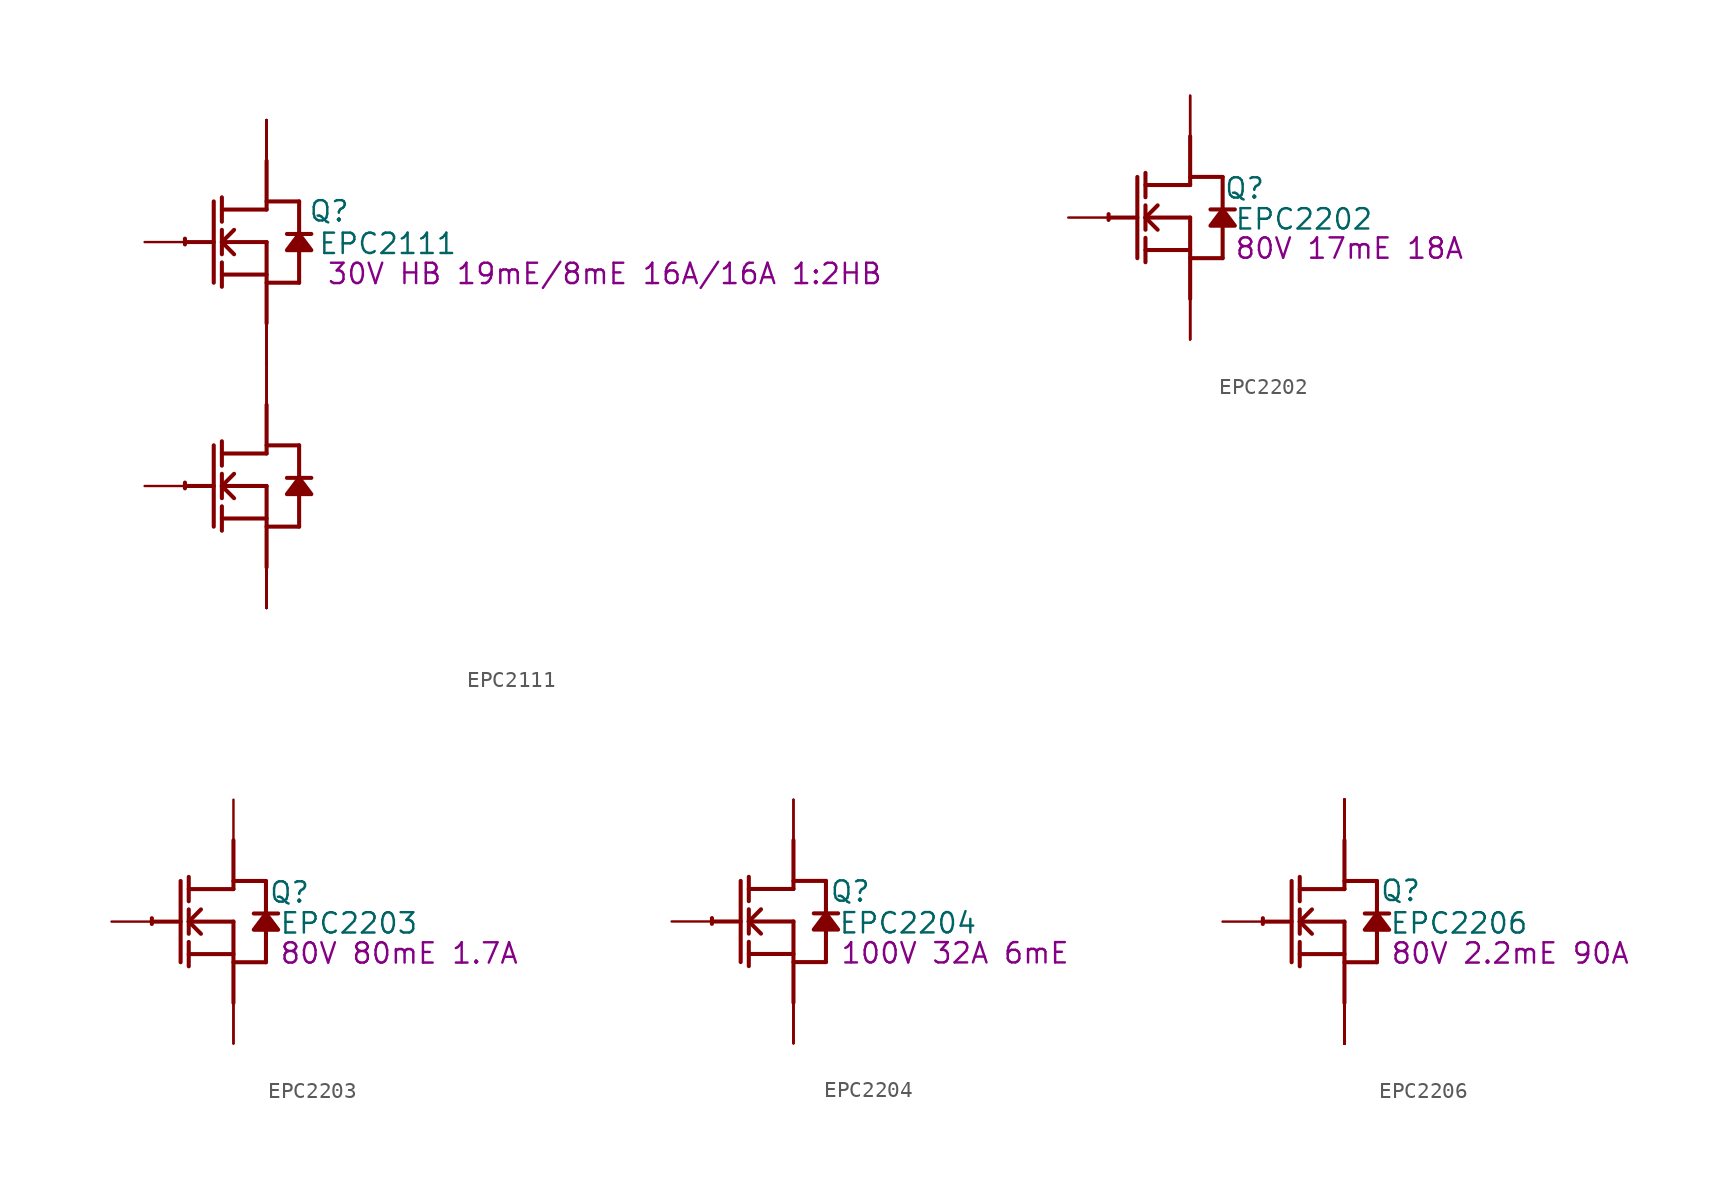
<source format=kicad_sym>
(kicad_symbol_lib
  (version 20241209)
  (generator "kicad_symbol_editor")
  (generator_version "9.0")
  (symbol "EPC2111"
    (property "Reference" "Q"
      (at 3.912 1.93 0)
      (effects (font (size 1.27 1.27))))
    (property "Value" "EPC2111"
      (at 7.569 -0.102 0)
      (effects (font (size 1.27 1.27))))
    (property "Description" "30V HB 19mE/8mE 16A/16A 1:2HB"
      (at 21.133 -1.981 0)
      (effects (font (size 1.27 1.27))))
    (symbol "EPC2111_1_0"
      (polyline (pts (xy -5.08 0) (xy -3.302 0)) (stroke (width 0.254) (type solid)) (fill (type none)))
      (polyline (pts (xy -5.08 -15.24) (xy -3.302 -15.24)) (stroke (width 0.254) (type solid)) (fill (type none)))
      (polyline (pts (xy -3.302 2.54) (xy -3.302 -2.54)) (stroke (width 0.254) (type solid)) (fill (type none)))
      (polyline (pts (xy -3.302 -12.7) (xy -3.302 -17.78)) (stroke (width 0.254) (type solid)) (fill (type none)))
      (polyline (pts (xy -2.794 1.27) (xy -2.794 2.794)) (stroke (width 0.254) (type solid)) (fill (type none)))
      (polyline (pts (xy -2.794 0) (xy -2.032 0.762)) (stroke (width 0.254) (type solid)) (fill (type none)))
      (polyline (pts (xy -2.794 0) (xy 0 0)) (stroke (width 0.254) (type solid)) (fill (type none)))
      (polyline (pts (xy -2.794 -0.762) (xy -2.794 0.762)) (stroke (width 0.254) (type solid)) (fill (type none)))
      (polyline (pts (xy -2.794 -2.032) (xy 0 -2.032)) (stroke (width 0.254) (type solid)) (fill (type none)))
      (polyline (pts (xy -2.794 -2.794) (xy -2.794 -1.27)) (stroke (width 0.254) (type solid)) (fill (type none)))
      (polyline (pts (xy -2.794 -13.97) (xy -2.794 -12.446)) (stroke (width 0.254) (type solid)) (fill (type none)))
      (polyline (pts (xy -2.794 -15.24) (xy -2.032 -14.478)) (stroke (width 0.254) (type solid)) (fill (type none)))
      (polyline (pts (xy -2.794 -15.24) (xy 0 -15.24)) (stroke (width 0.254) (type solid)) (fill (type none)))
      (polyline (pts (xy -2.794 -16.002) (xy -2.794 -14.478)) (stroke (width 0.254) (type solid)) (fill (type none)))
      (polyline (pts (xy -2.794 -17.272) (xy 0 -17.272)) (stroke (width 0.254) (type solid)) (fill (type none)))
      (polyline (pts (xy -2.794 -18.034) (xy -2.794 -16.51)) (stroke (width 0.254) (type solid)) (fill (type none)))
      (polyline (pts (xy -2.032 -0.762) (xy -2.794 0)) (stroke (width 0.254) (type solid)) (fill (type none)))
      (polyline (pts (xy -2.032 -16.002) (xy -2.794 -15.24)) (stroke (width 0.254) (type solid)) (fill (type none)))
      (polyline (pts (xy 0 2.54) (xy 2.032 2.54)) (stroke (width 0.254) (type solid)) (fill (type none)))
      (polyline (pts (xy 0 2.032) (xy -2.794 2.032)) (stroke (width 0.254) (type solid)) (fill (type none)))
      (polyline (pts (xy 0 2.032) (xy 0 5.08)) (stroke (width 0.254) (type solid)) (fill (type none)))
      (polyline (pts (xy 0 0) (xy 0 -5.08)) (stroke (width 0.254) (type solid)) (fill (type none)))
      (polyline (pts (xy 0 -2.54) (xy 2.032 -2.54)) (stroke (width 0.254) (type solid)) (fill (type none)))
      (polyline (pts (xy 0 -12.7) (xy 2.032 -12.7)) (stroke (width 0.254) (type solid)) (fill (type none)))
      (polyline (pts (xy 0 -13.208) (xy -2.794 -13.208)) (stroke (width 0.254) (type solid)) (fill (type none)))
      (polyline (pts (xy 0 -13.208) (xy 0 -10.16)) (stroke (width 0.254) (type solid)) (fill (type none)))
      (polyline (pts (xy 0 -15.24) (xy 0 -20.32)) (stroke (width 0.254) (type solid)) (fill (type none)))
      (polyline (pts (xy 0 -17.78) (xy 2.032 -17.78)) (stroke (width 0.254) (type solid)) (fill (type none)))
      (arc (start -5.1019 -0.1467) (mid -5.1039 0.0331) (end -5.0996 0.2128) (stroke (width 0.254) (type solid)) (fill (type none)))
      (arc (start -5.1019 -15.3867) (mid -5.1039 -15.2069) (end -5.0996 -15.0272) (stroke (width 0.254) (type solid)) (fill (type none)))
      (polyline (pts (xy 2.032 2.54) (xy 2.032 0.508)) (stroke (width 0.254) (type solid)) (fill (type none)))
      (polyline (pts (xy 2.032 0.508) (xy 1.27 -0.508) (xy 2.794 -0.508) (xy 2.032 0.508)) (stroke (width 0.254) (type solid)) (fill (type outline)))
      (polyline (pts (xy 2.032 -0.508) (xy 2.032 -2.54)) (stroke (width 0.254) (type solid)) (fill (type none)))
      (polyline (pts (xy 2.032 -12.7) (xy 2.032 -14.732)) (stroke (width 0.254) (type solid)) (fill (type none)))
      (polyline (pts (xy 2.032 -14.732) (xy 1.27 -15.748) (xy 2.794 -15.748) (xy 2.032 -14.732)) (stroke (width 0.254) (type solid)) (fill (type outline)))
      (polyline (pts (xy 2.032 -15.748) (xy 2.032 -17.78)) (stroke (width 0.254) (type solid)) (fill (type none)))
      (polyline (pts (xy 2.794 0.508) (xy 1.27 0.508)) (stroke (width 0.254) (type solid)) (fill (type none)))
      (polyline (pts (xy 2.794 -14.732) (xy 1.27 -14.732)) (stroke (width 0.254) (type solid)) (fill (type none)))
      (pin power_in line (at -7.62 0 0) (length 2.54) (name "G1" (effects (font (size 0 0)))) (number "1" (effects (font (size 0 0)))))
      (pin passive line (at -7.62 -15.24 0) (length 2.54) (name "G2" (effects (font (size 0 0)))) (number "3" (effects (font (size 0 0)))))
      (pin power_in line (at 0 7.62 270) (length 2.54) (name "VIN3" (effects (font (size 0 0)))) (number "10" (effects (font (size 0 0)))))
      (pin power_in line (at 0 7.62 270) (length 2.54) (name "VIN4" (effects (font (size 0 0)))) (number "13" (effects (font (size 0 0)))))
      (pin power_in line (at 0 7.62 270) (length 2.54) (name "VIN5" (effects (font (size 0 0)))) (number "16" (effects (font (size 0 0)))))
      (pin power_in line (at 0 7.62 270) (length 2.54) (name "VIN6" (effects (font (size 0 0)))) (number "19" (effects (font (size 0 0)))))
      (pin power_in line (at 0 7.62 270) (length 2.54) (name "VIN1" (effects (font (size 0 0)))) (number "4" (effects (font (size 0 0)))))
      (pin power_in line (at 0 7.62 270) (length 2.54) (name "VIN2" (effects (font (size 0 0)))) (number "7" (effects (font (size 0 0)))))
      (pin power_in line (at 0 -7.62 90) (length 2.54) (name "VSW4" (effects (font (size 0 0)))) (number "11" (effects (font (size 0 0)))))
      (pin power_in line (at 0 -7.62 90) (length 2.54) (name "VSW5" (effects (font (size 0 0)))) (number "14" (effects (font (size 0 0)))))
      (pin power_in line (at 0 -7.62 90) (length 2.54) (name "VSW6" (effects (font (size 0 0)))) (number "17" (effects (font (size 0 0)))))
      (pin power_in line (at 0 -7.62 270) (length 2.54) (name "VSW1" (effects (font (size 0 0)))) (number "2" (effects (font (size 0 0)))))
      (pin power_in line (at 0 -7.62 90) (length 2.54) (name "VSW7" (effects (font (size 0 0)))) (number "20" (effects (font (size 0 0)))))
      (pin power_in line (at 0 -7.62 270) (length 2.54) (name "VSW2" (effects (font (size 0 0)))) (number "5" (effects (font (size 0 0)))))
      (pin power_in line (at 0 -7.62 270) (length 2.54) (name "VSW3" (effects (font (size 0 0)))) (number "8" (effects (font (size 0 0)))))
      (pin power_in line (at 0 -22.86 90) (length 2.54) (name "GND3" (effects (font (size 0 0)))) (number "12" (effects (font (size 0 0)))))
      (pin power_in line (at 0 -22.86 90) (length 2.54) (name "GND4" (effects (font (size 0 0)))) (number "15" (effects (font (size 0 0)))))
      (pin power_in line (at 0 -22.86 90) (length 2.54) (name "GND5" (effects (font (size 0 0)))) (number "18" (effects (font (size 0 0)))))
      (pin power_in line (at 0 -22.86 90) (length 2.54) (name "GND6" (effects (font (size 0 0)))) (number "21" (effects (font (size 0 0)))))
      (pin power_in line (at 0 -22.86 90) (length 2.54) (name "GND1" (effects (font (size 0 0)))) (number "6" (effects (font (size 0 0)))))
      (pin power_in line (at 0 -22.86 90) (length 2.54) (name "GND2" (effects (font (size 0 0)))) (number "9" (effects (font (size 0 0)))))))
  (symbol "EPC2202"
    (property "Reference" "Q"
      (at 3.404 1.829 0)
      (effects (font (size 1.27 1.27))))
    (property "Value" "EPC2202"
      (at 7.112 -0.102 0)
      (effects (font (size 1.27 1.27))))
    (property "Description" "80V 17mE 18A"
      (at 9.957 -1.93 0)
      (effects (font (size 1.27 1.27))))
    (symbol "EPC2202_1_0"
      (polyline (pts (xy -5.08 0) (xy -3.302 0)) (stroke (width 0.254) (type solid)) (fill (type none)))
      (polyline (pts (xy -3.302 2.54) (xy -3.302 -2.54)) (stroke (width 0.254) (type solid)) (fill (type none)))
      (polyline (pts (xy -2.794 1.27) (xy -2.794 2.794)) (stroke (width 0.254) (type solid)) (fill (type none)))
      (polyline (pts (xy -2.794 0) (xy -2.032 0.762)) (stroke (width 0.254) (type solid)) (fill (type none)))
      (polyline (pts (xy -2.794 0) (xy 0 0)) (stroke (width 0.254) (type solid)) (fill (type none)))
      (polyline (pts (xy -2.794 -0.762) (xy -2.794 0.762)) (stroke (width 0.254) (type solid)) (fill (type none)))
      (polyline (pts (xy -2.794 -2.032) (xy 0 -2.032)) (stroke (width 0.254) (type solid)) (fill (type none)))
      (polyline (pts (xy -2.794 -2.794) (xy -2.794 -1.27)) (stroke (width 0.254) (type solid)) (fill (type none)))
      (polyline (pts (xy -2.032 -0.762) (xy -2.794 0)) (stroke (width 0.254) (type solid)) (fill (type none)))
      (polyline (pts (xy 0 2.54) (xy 2.032 2.54)) (stroke (width 0.254) (type solid)) (fill (type none)))
      (polyline (pts (xy 0 2.032) (xy -2.794 2.032)) (stroke (width 0.254) (type solid)) (fill (type none)))
      (polyline (pts (xy 0 2.032) (xy 0 5.08)) (stroke (width 0.254) (type solid)) (fill (type none)))
      (polyline (pts (xy 0 0) (xy 0 -5.08)) (stroke (width 0.254) (type solid)) (fill (type none)))
      (polyline (pts (xy 0 -2.54) (xy 2.032 -2.54)) (stroke (width 0.254) (type solid)) (fill (type none)))
      (arc (start -5.1019 -0.1467) (mid -5.1039 0.0331) (end -5.0996 0.2128) (stroke (width 0.254) (type solid)) (fill (type none)))
      (polyline (pts (xy 2.032 2.54) (xy 2.032 0.508)) (stroke (width 0.254) (type solid)) (fill (type none)))
      (polyline (pts (xy 2.032 0.508) (xy 1.27 -0.508) (xy 2.794 -0.508) (xy 2.032 0.508)) (stroke (width 0.254) (type solid)) (fill (type outline)))
      (polyline (pts (xy 2.032 -0.508) (xy 2.032 -2.54)) (stroke (width 0.254) (type solid)) (fill (type none)))
      (polyline (pts (xy 2.794 0.508) (xy 1.27 0.508)) (stroke (width 0.254) (type solid)) (fill (type none)))
      (pin passive line (at -7.62 0 0) (length 2.54) (name "G" (effects (font (size 0 0)))) (number "1" (effects (font (size 0 0)))))
      (pin open_collector line (at 0 7.62 270) (length 2.54) (name "D1" (effects (font (size 0 0)))) (number "3" (effects (font (size 0 0)))))
      (pin open_collector line (at 0 7.62 270) (length 2.54) (name "D2" (effects (font (size 0 0)))) (number "5" (effects (font (size 0 0)))))
      (pin open_emitter line (at 0 -7.62 90) (length 2.54) (name "Sub" (effects (font (size 0 0)))) (number "2" (effects (font (size 0 0)))))
      (pin open_emitter line (at 0 -7.62 90) (length 2.54) (name "SP1" (effects (font (size 0 0)))) (number "4" (effects (font (size 0 0)))))
      (pin open_emitter line (at 0 -7.62 90) (length 2.54) (name "SP2" (effects (font (size 0 0)))) (number "6" (effects (font (size 0 0)))))))
  (symbol "EPC2203"
    (property "Reference" "Q"
      (at 3.505 1.829 0)
      (effects (font (size 1.27 1.27))))
    (property "Value" "EPC2203"
      (at 7.214 -0.102 0)
      (effects (font (size 1.27 1.27))))
    (property "Description" "80V 80mE 1.7A"
      (at 10.363 -1.981 0)
      (effects (font (size 1.27 1.27))))
    (symbol "EPC2203_1_0"
      (polyline (pts (xy -5.08 0) (xy -3.302 0)) (stroke (width 0.254) (type solid)) (fill (type none)))
      (polyline (pts (xy -3.302 2.54) (xy -3.302 -2.54)) (stroke (width 0.254) (type solid)) (fill (type none)))
      (polyline (pts (xy -2.794 1.27) (xy -2.794 2.794)) (stroke (width 0.254) (type solid)) (fill (type none)))
      (polyline (pts (xy -2.794 0) (xy -2.032 0.762)) (stroke (width 0.254) (type solid)) (fill (type none)))
      (polyline (pts (xy -2.794 0) (xy 0 0)) (stroke (width 0.254) (type solid)) (fill (type none)))
      (polyline (pts (xy -2.794 -0.762) (xy -2.794 0.762)) (stroke (width 0.254) (type solid)) (fill (type none)))
      (polyline (pts (xy -2.794 -2.032) (xy 0 -2.032)) (stroke (width 0.254) (type solid)) (fill (type none)))
      (polyline (pts (xy -2.794 -2.794) (xy -2.794 -1.27)) (stroke (width 0.254) (type solid)) (fill (type none)))
      (polyline (pts (xy -2.032 -0.762) (xy -2.794 0)) (stroke (width 0.254) (type solid)) (fill (type none)))
      (polyline (pts (xy 0 2.54) (xy 2.032 2.54)) (stroke (width 0.254) (type solid)) (fill (type none)))
      (polyline (pts (xy 0 2.032) (xy -2.794 2.032)) (stroke (width 0.254) (type solid)) (fill (type none)))
      (polyline (pts (xy 0 2.032) (xy 0 5.08)) (stroke (width 0.254) (type solid)) (fill (type none)))
      (polyline (pts (xy 0 0) (xy 0 -5.08)) (stroke (width 0.254) (type solid)) (fill (type none)))
      (polyline (pts (xy 0 -2.54) (xy 2.032 -2.54)) (stroke (width 0.254) (type solid)) (fill (type none)))
      (arc (start -5.1019 -0.1467) (mid -5.1039 0.0331) (end -5.0996 0.2128) (stroke (width 0.254) (type solid)) (fill (type none)))
      (polyline (pts (xy 2.032 2.54) (xy 2.032 0.508)) (stroke (width 0.254) (type solid)) (fill (type none)))
      (polyline (pts (xy 2.032 0.508) (xy 1.27 -0.508) (xy 2.794 -0.508) (xy 2.032 0.508)) (stroke (width 0.254) (type solid)) (fill (type outline)))
      (polyline (pts (xy 2.032 -0.508) (xy 2.032 -2.54)) (stroke (width 0.254) (type solid)) (fill (type none)))
      (polyline (pts (xy 2.794 0.508) (xy 1.27 0.508)) (stroke (width 0.254) (type solid)) (fill (type none)))
      (pin passive line (at -7.62 0 0) (length 2.54) (name "G" (effects (font (size 0 0)))) (number "1" (effects (font (size 0 0)))))
      (pin open_collector line (at 0 7.62 270) (length 2.54) (name "D1" (effects (font (size 0 0)))) (number "3" (effects (font (size 0 0)))))
      (pin open_emitter line (at 0 -7.62 90) (length 2.54) (name "S1" (effects (font (size 0 0)))) (number "2" (effects (font (size 0 0)))))
      (pin open_emitter line (at 0 -7.62 90) (length 2.54) (name "S2" (effects (font (size 0 0)))) (number "4" (effects (font (size 0 0)))))))
  (symbol "EPC2204"
    (property "Reference" "Q"
      (at 3.556 1.88 0)
      (effects (font (size 1.27 1.27))))
    (property "Value" "EPC2204"
      (at 7.163 -0.102 0)
      (effects (font (size 1.27 1.27))))
    (property "Description" "100V 32A 6mE"
      (at 10.109 -1.981 0)
      (effects (font (size 1.27 1.27))))
    (symbol "EPC2204_1_0"
      (polyline (pts (xy -5.08 0) (xy -3.302 0)) (stroke (width 0.254) (type solid)) (fill (type none)))
      (polyline (pts (xy -3.302 2.54) (xy -3.302 -2.54)) (stroke (width 0.254) (type solid)) (fill (type none)))
      (polyline (pts (xy -2.794 1.27) (xy -2.794 2.794)) (stroke (width 0.254) (type solid)) (fill (type none)))
      (polyline (pts (xy -2.794 0) (xy -2.032 0.762)) (stroke (width 0.254) (type solid)) (fill (type none)))
      (polyline (pts (xy -2.794 0) (xy 0 0)) (stroke (width 0.254) (type solid)) (fill (type none)))
      (polyline (pts (xy -2.794 -0.762) (xy -2.794 0.762)) (stroke (width 0.254) (type solid)) (fill (type none)))
      (polyline (pts (xy -2.794 -2.032) (xy 0 -2.032)) (stroke (width 0.254) (type solid)) (fill (type none)))
      (polyline (pts (xy -2.794 -2.794) (xy -2.794 -1.27)) (stroke (width 0.254) (type solid)) (fill (type none)))
      (polyline (pts (xy -2.032 -0.762) (xy -2.794 0)) (stroke (width 0.254) (type solid)) (fill (type none)))
      (polyline (pts (xy 0 2.54) (xy 2.032 2.54)) (stroke (width 0.254) (type solid)) (fill (type none)))
      (polyline (pts (xy 0 2.032) (xy -2.794 2.032)) (stroke (width 0.254) (type solid)) (fill (type none)))
      (polyline (pts (xy 0 2.032) (xy 0 5.08)) (stroke (width 0.254) (type solid)) (fill (type none)))
      (polyline (pts (xy 0 0) (xy 0 -5.08)) (stroke (width 0.254) (type solid)) (fill (type none)))
      (polyline (pts (xy 0 -2.54) (xy 2.032 -2.54)) (stroke (width 0.254) (type solid)) (fill (type none)))
      (arc (start -5.1019 -0.1467) (mid -5.1039 0.0331) (end -5.0996 0.2128) (stroke (width 0.254) (type solid)) (fill (type none)))
      (polyline (pts (xy 2.032 2.54) (xy 2.032 0.508)) (stroke (width 0.254) (type solid)) (fill (type none)))
      (polyline (pts (xy 2.032 0.508) (xy 1.27 -0.508) (xy 2.794 -0.508) (xy 2.032 0.508)) (stroke (width 0.254) (type solid)) (fill (type outline)))
      (polyline (pts (xy 2.032 -0.508) (xy 2.032 -2.54)) (stroke (width 0.254) (type solid)) (fill (type none)))
      (polyline (pts (xy 2.794 0.508) (xy 1.27 0.508)) (stroke (width 0.254) (type solid)) (fill (type none)))
      (pin passive line (at -7.62 0 0) (length 2.54) (name "G" (effects (font (size 0 0)))) (number "1" (effects (font (size 0 0)))))
      (pin open_collector line (at 0 7.62 270) (length 2.54) (name "D" (effects (font (size 0 0)))) (number "3" (effects (font (size 0 0)))))
      (pin open_collector line (at 0 7.62 270) (length 2.54) (name "D" (effects (font (size 0 0)))) (number "5" (effects (font (size 0 0)))))
      (pin open_emitter line (at 0 -7.62 90) (length 2.54) (name "S" (effects (font (size 0 0)))) (number "2" (effects (font (size 0 0)))))
      (pin open_emitter line (at 0 -7.62 90) (length 2.54) (name "S" (effects (font (size 0 0)))) (number "4" (effects (font (size 0 0)))))
      (pin open_emitter line (at 0 -7.62 90) (length 2.54) (name "S" (effects (font (size 0 0)))) (number "6" (effects (font (size 0 0)))))))
  (symbol "EPC2206"
    (property "Reference" "Q"
      (at 3.505 1.93 0)
      (effects (font (size 1.27 1.27))))
    (property "Value" "EPC2206"
      (at 7.163 -0.102 0)
      (effects (font (size 1.27 1.27))))
    (property "Description" "80V 2.2mE 90A"
      (at 10.363 -1.981 0)
      (effects (font (size 1.27 1.27))))
    (symbol "EPC2206_1_0"
      (polyline (pts (xy -5.08 0) (xy -3.302 0)) (stroke (width 0.254) (type solid)) (fill (type none)))
      (polyline (pts (xy -3.302 2.54) (xy -3.302 -2.54)) (stroke (width 0.254) (type solid)) (fill (type none)))
      (polyline (pts (xy -2.794 1.27) (xy -2.794 2.794)) (stroke (width 0.254) (type solid)) (fill (type none)))
      (polyline (pts (xy -2.794 0) (xy -2.032 0.762)) (stroke (width 0.254) (type solid)) (fill (type none)))
      (polyline (pts (xy -2.794 0) (xy 0 0)) (stroke (width 0.254) (type solid)) (fill (type none)))
      (polyline (pts (xy -2.794 -0.762) (xy -2.794 0.762)) (stroke (width 0.254) (type solid)) (fill (type none)))
      (polyline (pts (xy -2.794 -2.032) (xy 0 -2.032)) (stroke (width 0.254) (type solid)) (fill (type none)))
      (polyline (pts (xy -2.794 -2.794) (xy -2.794 -1.27)) (stroke (width 0.254) (type solid)) (fill (type none)))
      (polyline (pts (xy -2.032 -0.762) (xy -2.794 0)) (stroke (width 0.254) (type solid)) (fill (type none)))
      (polyline (pts (xy 0 2.54) (xy 2.032 2.54)) (stroke (width 0.254) (type solid)) (fill (type none)))
      (polyline (pts (xy 0 2.032) (xy -2.794 2.032)) (stroke (width 0.254) (type solid)) (fill (type none)))
      (polyline (pts (xy 0 2.032) (xy 0 5.08)) (stroke (width 0.254) (type solid)) (fill (type none)))
      (polyline (pts (xy 0 0) (xy 0 -5.08)) (stroke (width 0.254) (type solid)) (fill (type none)))
      (polyline (pts (xy 0 -2.54) (xy 2.032 -2.54)) (stroke (width 0.254) (type solid)) (fill (type none)))
      (arc (start -5.1019 -0.1467) (mid -5.1039 0.0331) (end -5.0996 0.2128) (stroke (width 0.254) (type solid)) (fill (type none)))
      (polyline (pts (xy 2.032 2.54) (xy 2.032 0.508)) (stroke (width 0.254) (type solid)) (fill (type none)))
      (polyline (pts (xy 2.032 0.508) (xy 1.27 -0.508) (xy 2.794 -0.508) (xy 2.032 0.508)) (stroke (width 0.254) (type solid)) (fill (type outline)))
      (polyline (pts (xy 2.032 -0.508) (xy 2.032 -2.54)) (stroke (width 0.254) (type solid)) (fill (type none)))
      (polyline (pts (xy 2.794 0.508) (xy 1.27 0.508)) (stroke (width 0.254) (type solid)) (fill (type none)))
      (pin passive line (at -7.62 0 0) (length 2.54) (name "G" (effects (font (size 0 0)))) (number "1" (effects (font (size 0 0)))))
      (pin open_collector line (at 0 7.62 270) (length 2.54) (name "D5" (effects (font (size 0 0)))) (number "11" (effects (font (size 0 0)))))
      (pin open_collector line (at 0 7.62 270) (length 2.54) (name "D6" (effects (font (size 0 0)))) (number "12" (effects (font (size 0 0)))))
      (pin open_collector line (at 0 7.62 270) (length 2.54) (name "D7" (effects (font (size 0 0)))) (number "15" (effects (font (size 0 0)))))
      (pin open_collector line (at 0 7.62 270) (length 2.54) (name "D8" (effects (font (size 0 0)))) (number "16" (effects (font (size 0 0)))))
      (pin open_collector line (at 0 7.62 270) (length 2.54) (name "D9" (effects (font (size 0 0)))) (number "19" (effects (font (size 0 0)))))
      (pin open_collector line (at 0 7.62 270) (length 2.54) (name "D10" (effects (font (size 0 0)))) (number "20" (effects (font (size 0 0)))))
      (pin open_collector line (at 0 7.62 270) (length 2.54) (name "D11" (effects (font (size 0 0)))) (number "23" (effects (font (size 0 0)))))
      (pin open_collector line (at 0 7.62 270) (length 2.54) (name "D12" (effects (font (size 0 0)))) (number "24" (effects (font (size 0 0)))))
      (pin open_collector line (at 0 7.62 270) (length 2.54) (name "D13" (effects (font (size 0 0)))) (number "27" (effects (font (size 0 0)))))
      (pin open_collector line (at 0 7.62 270) (length 2.54) (name "D14" (effects (font (size 0 0)))) (number "28" (effects (font (size 0 0)))))
      (pin open_collector line (at 0 7.62 270) (length 2.54) (name "D1" (effects (font (size 0 0)))) (number "3" (effects (font (size 0 0)))))
      (pin open_collector line (at 0 7.62 270) (length 2.54) (name "D2" (effects (font (size 0 0)))) (number "4" (effects (font (size 0 0)))))
      (pin open_collector line (at 0 7.62 270) (length 2.54) (name "D3" (effects (font (size 0 0)))) (number "7" (effects (font (size 0 0)))))
      (pin open_collector line (at 0 7.62 270) (length 2.54) (name "D4" (effects (font (size 0 0)))) (number "8" (effects (font (size 0 0)))))
      (pin open_emitter line (at 0 -7.62 90) (length 2.54) (name "S5" (effects (font (size 0 0)))) (number "10" (effects (font (size 0 0)))))
      (pin open_emitter line (at 0 -7.62 90) (length 2.54) (name "S6" (effects (font (size 0 0)))) (number "13" (effects (font (size 0 0)))))
      (pin open_emitter line (at 0 -7.62 90) (length 2.54) (name "S7" (effects (font (size 0 0)))) (number "14" (effects (font (size 0 0)))))
      (pin open_emitter line (at 0 -7.62 90) (length 2.54) (name "S8" (effects (font (size 0 0)))) (number "17" (effects (font (size 0 0)))))
      (pin open_emitter line (at 0 -7.62 90) (length 2.54) (name "S9" (effects (font (size 0 0)))) (number "18" (effects (font (size 0 0)))))
      (pin open_emitter line (at 0 -7.62 90) (length 2.54) (name "S1" (effects (font (size 0 0)))) (number "2" (effects (font (size 0 0)))))
      (pin open_emitter line (at 0 -7.62 90) (length 2.54) (name "S10" (effects (font (size 0 0)))) (number "21" (effects (font (size 0 0)))))
      (pin open_emitter line (at 0 -7.62 90) (length 2.54) (name "S11" (effects (font (size 0 0)))) (number "22" (effects (font (size 0 0)))))
      (pin open_emitter line (at 0 -7.62 90) (length 2.54) (name "S12" (effects (font (size 0 0)))) (number "25" (effects (font (size 0 0)))))
      (pin open_emitter line (at 0 -7.62 90) (length 2.54) (name "S13" (effects (font (size 0 0)))) (number "26" (effects (font (size 0 0)))))
      (pin open_emitter line (at 0 -7.62 90) (length 2.54) (name "S14" (effects (font (size 0 0)))) (number "29" (effects (font (size 0 0)))))
      (pin open_emitter line (at 0 -7.62 90) (length 2.54) (name "Sub" (effects (font (size 0 0)))) (number "30" (effects (font (size 0 0)))))
      (pin open_emitter line (at 0 -7.62 90) (length 2.54) (name "S2" (effects (font (size 0 0)))) (number "5" (effects (font (size 0 0)))))
      (pin open_emitter line (at 0 -7.62 90) (length 2.54) (name "S3" (effects (font (size 0 0)))) (number "6" (effects (font (size 0 0)))))
      (pin open_emitter line (at 0 -7.62 90) (length 2.54) (name "S4" (effects (font (size 0 0)))) (number "9" (effects (font (size 0 0))))))))
</source>
